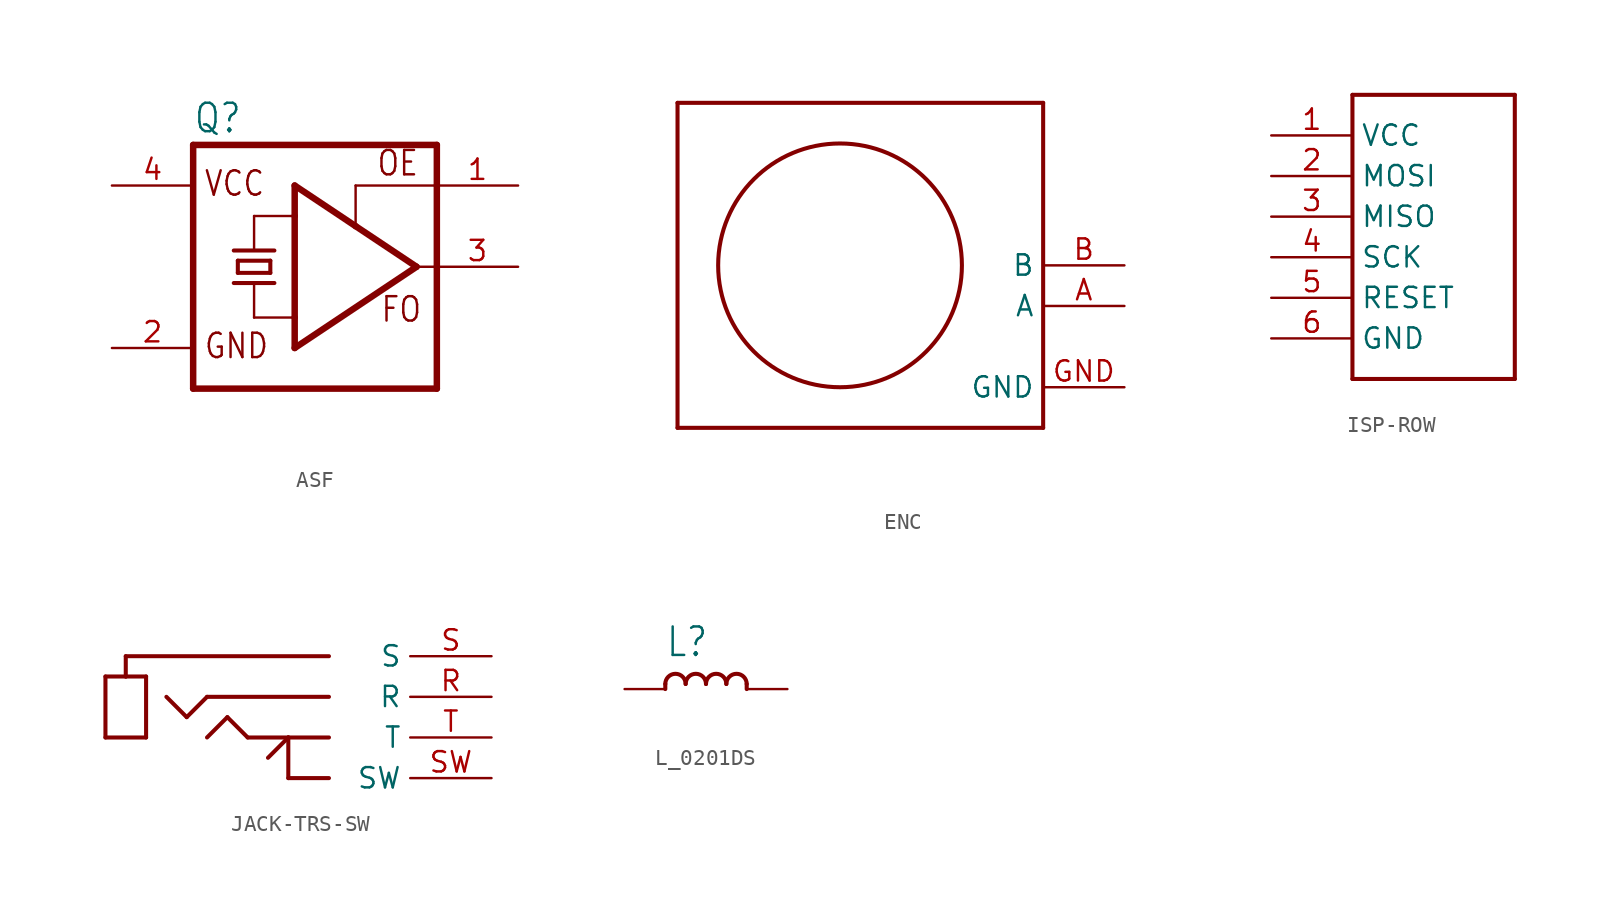
<source format=kicad_sym>
(kicad_symbol_lib
  (version 20231120)
  (generator "kicad_symbol_editor")
  (generator_version "8.0")
  (symbol "ASF"
    (property "Reference" "Q"
      (at -7.62 8.255 0)
      (effects (font (size 1.778 1.511)) (justify left bottom)))
    (property "Value" ""
      (at -7.62 -10.16 0)
      (effects (font (size 1.778 1.511)) (justify left bottom)))
    (property "ki_locked" ""
      (at 0 0 0)
      (effects (font (size 1.27 1.27))))
    (symbol "ASF_1_0"
      (polyline (pts (xy -7.62 7.62) (xy -7.62 -7.62)) (stroke (width 0.406) (type solid)) (fill (type none)))
      (polyline (pts (xy -7.62 7.62) (xy 7.62 7.62)) (stroke (width 0.406) (type solid)) (fill (type none)))
      (polyline (pts (xy -5.08 -1.016) (xy -3.81 -1.016)) (stroke (width 0.254) (type solid)) (fill (type none)))
      (polyline (pts (xy -5.08 1.016) (xy -2.54 1.016)) (stroke (width 0.254) (type solid)) (fill (type none)))
      (polyline (pts (xy -4.826 -0.381) (xy -4.826 0.381)) (stroke (width 0.254) (type solid)) (fill (type none)))
      (polyline (pts (xy -4.826 -0.381) (xy -2.794 -0.381)) (stroke (width 0.254) (type solid)) (fill (type none)))
      (polyline (pts (xy -4.826 0.381) (xy -2.794 0.381)) (stroke (width 0.254) (type solid)) (fill (type none)))
      (polyline (pts (xy -3.81 -3.175) (xy -3.81 -1.016)) (stroke (width 0.152) (type solid)) (fill (type none)))
      (polyline (pts (xy -3.81 -3.175) (xy -1.27 -3.175)) (stroke (width 0.152) (type solid)) (fill (type none)))
      (polyline (pts (xy -3.81 -1.016) (xy -2.54 -1.016)) (stroke (width 0.254) (type solid)) (fill (type none)))
      (polyline (pts (xy -3.81 1.016) (xy -3.81 3.175)) (stroke (width 0.152) (type solid)) (fill (type none)))
      (polyline (pts (xy -3.81 3.175) (xy -1.27 3.175)) (stroke (width 0.152) (type solid)) (fill (type none)))
      (polyline (pts (xy -2.794 0.381) (xy -2.794 -0.381)) (stroke (width 0.254) (type solid)) (fill (type none)))
      (polyline (pts (xy -1.27 -5.08) (xy -1.27 -3.175)) (stroke (width 0.406) (type solid)) (fill (type none)))
      (polyline (pts (xy -1.27 -3.175) (xy -1.27 3.175)) (stroke (width 0.406) (type solid)) (fill (type none)))
      (polyline (pts (xy -1.27 3.175) (xy -1.27 5.08)) (stroke (width 0.406) (type solid)) (fill (type none)))
      (polyline (pts (xy -1.27 5.08) (xy 2.54 2.54)) (stroke (width 0.406) (type solid)) (fill (type none)))
      (polyline (pts (xy 2.54 2.54) (xy 6.35 0)) (stroke (width 0.406) (type solid)) (fill (type none)))
      (polyline (pts (xy 2.54 5.08) (xy 2.54 2.54)) (stroke (width 0.152) (type solid)) (fill (type none)))
      (polyline (pts (xy 6.35 0) (xy -1.27 -5.08)) (stroke (width 0.406) (type solid)) (fill (type none)))
      (polyline (pts (xy 6.35 0) (xy 7.62 0)) (stroke (width 0.152) (type solid)) (fill (type none)))
      (polyline (pts (xy 7.62 -7.62) (xy -7.62 -7.62)) (stroke (width 0.406) (type solid)) (fill (type none)))
      (polyline (pts (xy 7.62 -7.62) (xy 7.62 0)) (stroke (width 0.406) (type solid)) (fill (type none)))
      (polyline (pts (xy 7.62 0) (xy 7.62 5.08)) (stroke (width 0.406) (type solid)) (fill (type none)))
      (polyline (pts (xy 7.62 5.08) (xy 2.54 5.08)) (stroke (width 0.152) (type solid)) (fill (type none)))
      (polyline (pts (xy 7.62 5.08) (xy 7.62 7.62)) (stroke (width 0.406) (type solid)) (fill (type none)))
      (text "FO" (at 4.064 -3.556 0) (effects (font (size 1.524 1.295)) (justify left bottom)))
      (text "GND" (at -6.985 -5.842 0) (effects (font (size 1.524 1.295)) (justify left bottom)))
      (text "OE" (at 3.81 5.588 0) (effects (font (size 1.524 1.295)) (justify left bottom)))
      (text "VCC" (at -6.985 4.318 0) (effects (font (size 1.524 1.295)) (justify left bottom)))
      (pin input line (at 12.7 5.08 180) (length 5.08) (name "OE" (effects (font (size 0 0)))) (number "1" (effects (font (size 1.27 1.27)))))
      (pin power_in line (at -12.7 -5.08 0) (length 5.08) (name "GND" (effects (font (size 0 0)))) (number "2" (effects (font (size 1.27 1.27)))))
      (pin output line (at 12.7 0 180) (length 5.08) (name "FO" (effects (font (size 0 0)))) (number "3" (effects (font (size 1.27 1.27)))))
      (pin power_in line (at -12.7 5.08 0) (length 5.08) (name "VCC" (effects (font (size 0 0)))) (number "4" (effects (font (size 1.27 1.27)))))))
  (symbol "ENC"
    (property "Reference" ""
      (at -10.16 -12.7 0)
      (effects (font (size 1.27 1.079)) (justify left bottom) (hide yes)))
    (property "Value" ""
      (at 2.54 -12.7 0)
      (effects (font (size 1.27 1.079)) (justify left bottom)))
    (property "ki_locked" ""
      (at 0 0 0)
      (effects (font (size 1.27 1.27))))
    (symbol "ENC_1_0"
      (polyline (pts (xy -10.16 -10.16) (xy -10.16 10.16)) (stroke (width 0.254) (type solid)) (fill (type none)))
      (polyline (pts (xy -10.16 10.16) (xy 12.7 10.16)) (stroke (width 0.254) (type solid)) (fill (type none)))
      (polyline (pts (xy 12.7 -10.16) (xy -10.16 -10.16)) (stroke (width 0.254) (type solid)) (fill (type none)))
      (polyline (pts (xy 12.7 10.16) (xy 12.7 -10.16)) (stroke (width 0.254) (type solid)) (fill (type none)))
      (circle (center 0 0) (radius 7.62) (stroke (width 0.254) (type solid)) (fill (type none)))
      (pin bidirectional line (at 17.78 -2.54 180) (length 5.08) (name "A" (effects (font (size 1.27 1.27)))) (number "A" (effects (font (size 1.27 1.27)))))
      (pin bidirectional line (at 17.78 0 180) (length 5.08) (name "B" (effects (font (size 1.27 1.27)))) (number "B" (effects (font (size 1.27 1.27)))))
      (pin bidirectional line (at 17.78 -7.62 180) (length 5.08) (name "GND" (effects (font (size 1.27 1.27)))) (number "GND" (effects (font (size 1.27 1.27)))))))
  (symbol "ISP-ROW"
    (property "Reference" "J"
      (at 0 0 0)
      (effects (font (size 1.27 1.27)) (hide yes)))
    (property "ki_locked" ""
      (at 0 0 0)
      (effects (font (size 1.27 1.27))))
    (symbol "ISP-ROW_1_0"
      (polyline (pts (xy -2.54 -10.16) (xy 7.62 -10.16)) (stroke (width 0.254) (type solid)) (fill (type none)))
      (polyline (pts (xy -2.54 7.62) (xy -2.54 -10.16)) (stroke (width 0.254) (type solid)) (fill (type none)))
      (polyline (pts (xy 7.62 -10.16) (xy 7.62 7.62)) (stroke (width 0.254) (type solid)) (fill (type none)))
      (polyline (pts (xy 7.62 7.62) (xy -2.54 7.62)) (stroke (width 0.254) (type solid)) (fill (type none)))
      (pin bidirectional line (at -7.62 5.08 0) (length 5.08) (name "VCC" (effects (font (size 1.27 1.27)))) (number "1" (effects (font (size 1.27 1.27)))))
      (pin bidirectional line (at -7.62 2.54 0) (length 5.08) (name "MOSI" (effects (font (size 1.27 1.27)))) (number "2" (effects (font (size 1.27 1.27)))))
      (pin bidirectional line (at -7.62 0 0) (length 5.08) (name "MISO" (effects (font (size 1.27 1.27)))) (number "3" (effects (font (size 1.27 1.27)))))
      (pin bidirectional line (at -7.62 -2.54 0) (length 5.08) (name "SCK" (effects (font (size 1.27 1.27)))) (number "4" (effects (font (size 1.27 1.27)))))
      (pin bidirectional line (at -7.62 -5.08 0) (length 5.08) (name "RESET" (effects (font (size 1.27 1.27)))) (number "5" (effects (font (size 1.27 1.27)))))
      (pin bidirectional line (at -7.62 -7.62 0) (length 5.08) (name "GND" (effects (font (size 1.27 1.27)))) (number "6" (effects (font (size 1.27 1.27)))))))
  (symbol "JACK-TRS-SW"
    (property "Reference" ""
      (at 0 0 0)
      (effects (font (size 1.27 1.27)) (hide yes)))
    (property "ki_locked" ""
      (at 0 0 0)
      (effects (font (size 1.27 1.27))))
    (symbol "JACK-TRS-SW_1_0"
      (polyline (pts (xy -11.43 -2.54) (xy -11.43 1.27)) (stroke (width 0.254) (type solid)) (fill (type none)))
      (polyline (pts (xy -11.43 1.27) (xy -10.16 1.27)) (stroke (width 0.254) (type solid)) (fill (type none)))
      (polyline (pts (xy -10.16 1.27) (xy -8.89 1.27)) (stroke (width 0.254) (type solid)) (fill (type none)))
      (polyline (pts (xy -10.16 2.54) (xy -10.16 1.27)) (stroke (width 0.254) (type solid)) (fill (type none)))
      (polyline (pts (xy -8.89 -2.54) (xy -11.43 -2.54)) (stroke (width 0.254) (type solid)) (fill (type none)))
      (polyline (pts (xy -8.89 1.27) (xy -8.89 -2.54)) (stroke (width 0.254) (type solid)) (fill (type none)))
      (polyline (pts (xy -6.35 -1.27) (xy -7.62 0)) (stroke (width 0.254) (type solid)) (fill (type none)))
      (polyline (pts (xy -5.08 0) (xy -6.35 -1.27)) (stroke (width 0.254) (type solid)) (fill (type none)))
      (polyline (pts (xy -3.81 -1.27) (xy -5.08 -2.54)) (stroke (width 0.254) (type solid)) (fill (type none)))
      (polyline (pts (xy -2.54 -2.54) (xy -3.81 -1.27)) (stroke (width 0.254) (type solid)) (fill (type none)))
      (polyline (pts (xy 0 -5.08) (xy 0 -2.54)) (stroke (width 0.254) (type solid)) (fill (type none)))
      (polyline (pts (xy 0 -2.54) (xy -2.54 -2.54)) (stroke (width 0.254) (type solid)) (fill (type none)))
      (polyline (pts (xy 0 -2.54) (xy -1.27 -3.81)) (stroke (width 0.254) (type solid)) (fill (type none)))
      (polyline (pts (xy 2.54 -5.08) (xy 0 -5.08)) (stroke (width 0.254) (type solid)) (fill (type none)))
      (polyline (pts (xy 2.54 -2.54) (xy 0 -2.54)) (stroke (width 0.254) (type solid)) (fill (type none)))
      (polyline (pts (xy 2.54 0) (xy -5.08 0)) (stroke (width 0.254) (type solid)) (fill (type none)))
      (polyline (pts (xy 2.54 2.54) (xy -10.16 2.54)) (stroke (width 0.254) (type solid)) (fill (type none)))
      (pin bidirectional line (at 12.7 0 180) (length 5.08) (name "R" (effects (font (size 1.27 1.27)))) (number "R" (effects (font (size 1.27 1.27)))))
      (pin bidirectional line (at 12.7 2.54 180) (length 5.08) (name "S" (effects (font (size 1.27 1.27)))) (number "S" (effects (font (size 1.27 1.27)))))
      (pin bidirectional line (at 12.7 -5.08 180) (length 5.08) (name "SW" (effects (font (size 1.27 1.27)))) (number "SW" (effects (font (size 1.27 1.27)))))
      (pin bidirectional line (at 12.7 -2.54 180) (length 5.08) (name "T" (effects (font (size 1.27 1.27)))) (number "T" (effects (font (size 1.27 1.27)))))))
  (symbol "L_0201DS"
    (property "Reference" "L"
      (at -2.54 1.905 0)
      (effects (font (size 1.778 1.511)) (justify left bottom)))
    (property "Value" ""
      (at -2.54 -2.54 0)
      (effects (font (size 1.778 1.511)) (justify left bottom)))
    (property "ki_locked" ""
      (at 0 0 0)
      (effects (font (size 1.27 1.27))))
    (symbol "L_0201DS_1_0"
      (arc (start -1.27 0.3173) (mid -1.9049 0.9524) (end -2.54 0.3175) (stroke (width 0.254) (type solid)) (fill (type none)))
      (polyline (pts (xy -2.54 0.318) (xy -2.54 0)) (stroke (width 0.254) (type solid)) (fill (type none)))
      (polyline (pts (xy 2.54 0.318) (xy 2.54 0)) (stroke (width 0.254) (type solid)) (fill (type none)))
      (arc (start 0 0.3173) (mid -0.6349 0.9524) (end -1.27 0.3175) (stroke (width 0.254) (type solid)) (fill (type none)))
      (arc (start 1.27 0.3173) (mid 0.6351 0.9524) (end 0 0.3175) (stroke (width 0.254) (type solid)) (fill (type none)))
      (arc (start 2.54 0.3173) (mid 1.9051 0.9524) (end 1.27 0.3175) (stroke (width 0.254) (type solid)) (fill (type none)))
      (pin passive line (at 5.08 0 180) (length 2.54) (name "1" (effects (font (size 0 0)))) (number "1" (effects (font (size 0 0)))))
      (pin passive line (at -5.08 0 0) (length 2.54) (name "2" (effects (font (size 0 0)))) (number "2" (effects (font (size 0 0))))))))
</source>
